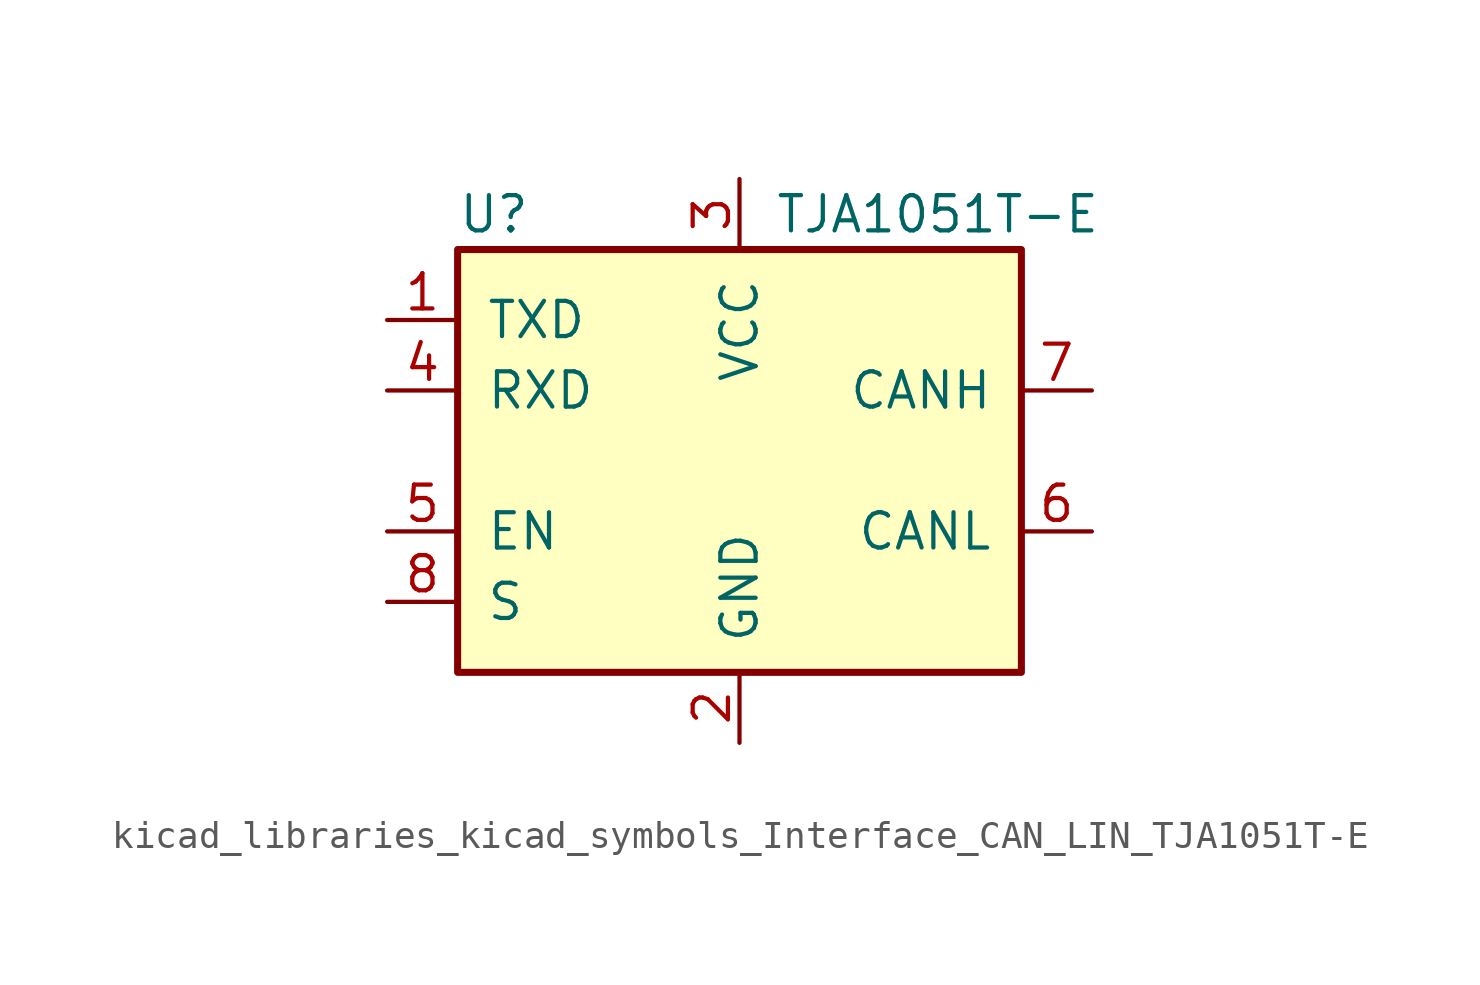
<source format=kicad_sym>
(kicad_symbol_lib
  (version 20220914)
  (generator kicad_symbol_editor)
  (symbol "kicad_libraries_kicad_symbols_Interface_CAN_LIN_TJA1051T-E"
    (pin_names
      (offset 1.016))
    (property "Reference" "U"
      (at -10.16 8.89 0)
      (effects (font (size 1.27 1.27)) (justify left)))
    (property "Value" "TJA1051T-E"
      (at 1.27 8.89 0)
      (effects (font (size 1.27 1.27)) (justify left)))
    (symbol "kicad_libraries_kicad_symbols_Interface_CAN_LIN_TJA1051T-E_0_1"
      (rectangle (start -10.16 7.62) (end 10.16 -7.62) (stroke (width 0.254) (type default)) (fill (type background))))
    (symbol "kicad_libraries_kicad_symbols_Interface_CAN_LIN_TJA1051T-E_1_1"
      (pin input line (at -12.7 5.08 0) (length 2.54) (name "TXD" (effects (font (size 1.27 1.27)))) (number "1" (effects (font (size 1.27 1.27)))))
      (pin power_in line (at 0 -10.16 90) (length 2.54) (name "GND" (effects (font (size 1.27 1.27)))) (number "2" (effects (font (size 1.27 1.27)))))
      (pin power_in line (at 0 10.16 270) (length 2.54) (name "VCC" (effects (font (size 1.27 1.27)))) (number "3" (effects (font (size 1.27 1.27)))))
      (pin output line (at -12.7 2.54 0) (length 2.54) (name "RXD" (effects (font (size 1.27 1.27)))) (number "4" (effects (font (size 1.27 1.27)))))
      (pin input line (at -12.7 -2.54 0) (length 2.54) (name "EN" (effects (font (size 1.27 1.27)))) (number "5" (effects (font (size 1.27 1.27)))))
      (pin bidirectional line (at 12.7 -2.54 180) (length 2.54) (name "CANL" (effects (font (size 1.27 1.27)))) (number "6" (effects (font (size 1.27 1.27)))))
      (pin bidirectional line (at 12.7 2.54 180) (length 2.54) (name "CANH" (effects (font (size 1.27 1.27)))) (number "7" (effects (font (size 1.27 1.27)))))
      (pin input line (at -12.7 -5.08 0) (length 2.54) (name "S" (effects (font (size 1.27 1.27)))) (number "8" (effects (font (size 1.27 1.27))))))))
</source>
